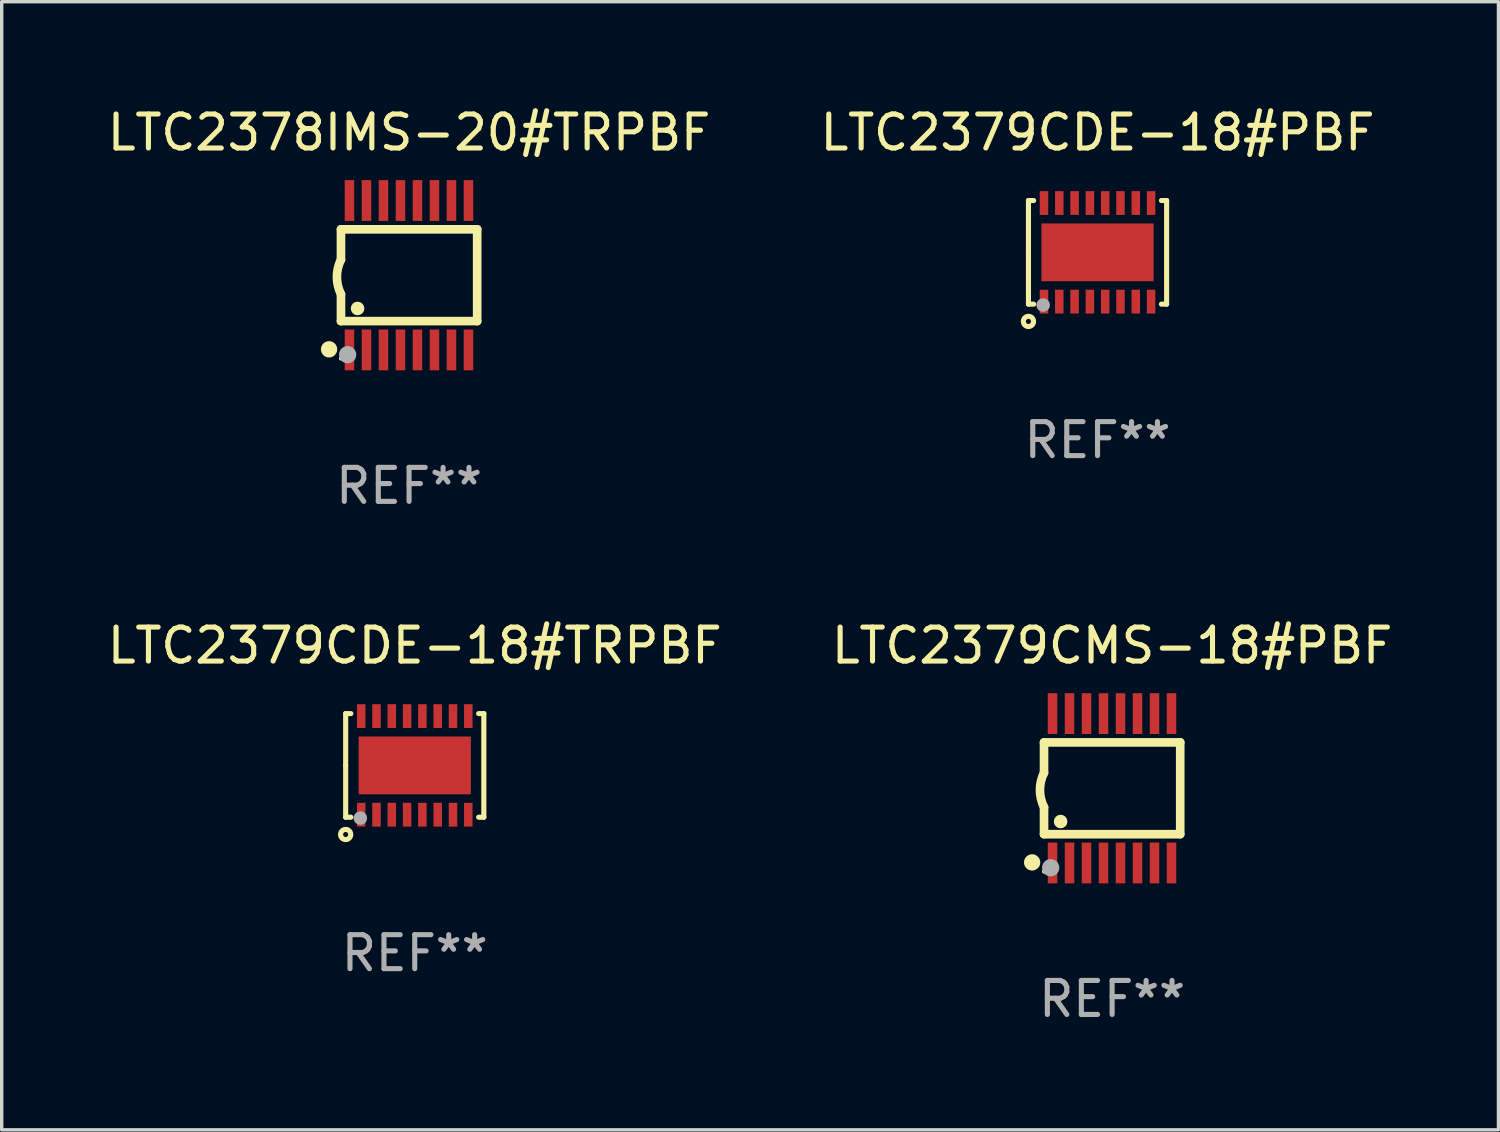
<source format=kicad_pcb>
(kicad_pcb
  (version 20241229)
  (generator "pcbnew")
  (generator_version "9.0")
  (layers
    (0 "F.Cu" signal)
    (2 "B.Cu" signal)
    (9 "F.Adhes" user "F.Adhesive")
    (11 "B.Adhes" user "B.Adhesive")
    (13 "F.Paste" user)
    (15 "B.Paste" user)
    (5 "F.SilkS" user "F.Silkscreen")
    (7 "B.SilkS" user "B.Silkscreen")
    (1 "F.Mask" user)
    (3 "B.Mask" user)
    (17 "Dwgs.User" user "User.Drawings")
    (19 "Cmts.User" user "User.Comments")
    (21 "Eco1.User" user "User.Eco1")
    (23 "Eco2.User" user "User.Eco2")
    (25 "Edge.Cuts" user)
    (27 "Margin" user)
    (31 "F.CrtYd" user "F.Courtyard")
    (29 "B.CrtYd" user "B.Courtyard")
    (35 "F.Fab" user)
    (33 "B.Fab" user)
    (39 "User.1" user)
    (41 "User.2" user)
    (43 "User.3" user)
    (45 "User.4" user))
  (footprint "LTC2379CMS-18#PBF"
    (layer "F.Cu")
    (at 29.661 20.136)
    (property "Reference" "LTC2379CMS-18#PBF" (at 0 -4.197 0) (layer "F.SilkS") (effects (font (size 1 1) (thickness 0.15))))
    (attr through_hole)
    (fp_line (start -2.003 -1.35) (end -2.003 -0.457) (stroke (width 0.254) (type solid)) (layer "F.SilkS"))
    (fp_line (start -2.003 -1.35) (end 2.003 -1.35) (stroke (width 0.254) (type solid)) (layer "F.SilkS"))
    (fp_line (start -2.003 1.35) (end -2.003 0.559) (stroke (width 0.254) (type solid)) (layer "F.SilkS"))
    (fp_line (start -2.003 1.35) (end 2.003 1.35) (stroke (width 0.254) (type solid)) (layer "F.SilkS"))
    (fp_line (start 2.003 -1.35) (end 2.003 1.35) (stroke (width 0.254) (type solid)) (layer "F.SilkS"))
    (fp_arc (start -2.002286 0.558802) (mid -2.122556 0.05092) (end -2.003302 -0.457201) (stroke (width 0.254001) (type solid)) (layer "F.SilkS"))
    (fp_circle (center -2.353 2.18) (end -2.233 2.18) (stroke (width 0.24) (type solid)) (fill no) (layer "F.SilkS"))
    (fp_circle (center -2.003 2.45) (end -1.973 2.45) (stroke (width 0.06) (type solid)) (fill no) (layer "F.SilkS"))
    (fp_circle (center -1.515 0.978) (end -1.415 0.978) (stroke (width 0.2) (type solid)) (fill no) (layer "F.SilkS"))
    (fp_circle (center -1.807 2.337) (end -1.68 2.337) (stroke (width 0.254) (type solid)) (fill no) (layer "F.Fab"))
    (fp_text user "REF**" (at 0 6.197 0) (layer "F.Fab") (effects (font (size 1 1) (thickness 0.15))))
    (pad "1" smd rect (at -1.753 2.197 90) (size 1.2 0.28) (layers "F.Cu" "F.Mask" "F.Paste"))
    (pad "2" smd rect (at -1.253 2.197 90) (size 1.2 0.28) (layers "F.Cu" "F.Mask" "F.Paste"))
    (pad "3" smd rect (at -0.753 2.197 90) (size 1.2 0.28) (layers "F.Cu" "F.Mask" "F.Paste"))
    (pad "4" smd rect (at -0.253 2.197 90) (size 1.2 0.28) (layers "F.Cu" "F.Mask" "F.Paste"))
    (pad "5" smd rect (at 0.247 2.197 90) (size 1.2 0.28) (layers "F.Cu" "F.Mask" "F.Paste"))
    (pad "6" smd rect (at 0.747 2.197 90) (size 1.2 0.28) (layers "F.Cu" "F.Mask" "F.Paste"))
    (pad "7" smd rect (at 1.247 2.197 90) (size 1.2 0.28) (layers "F.Cu" "F.Mask" "F.Paste"))
    (pad "8" smd rect (at 1.747 2.197 90) (size 1.2 0.28) (layers "F.Cu" "F.Mask" "F.Paste"))
    (pad "9" smd rect (at 1.747 -2.197 90) (size 1.2 0.28) (layers "F.Cu" "F.Mask" "F.Paste"))
    (pad "10" smd rect (at 1.247 -2.197 90) (size 1.2 0.28) (layers "F.Cu" "F.Mask" "F.Paste"))
    (pad "11" smd rect (at 0.747 -2.197 90) (size 1.2 0.28) (layers "F.Cu" "F.Mask" "F.Paste"))
    (pad "12" smd rect (at 0.247 -2.197 90) (size 1.2 0.28) (layers "F.Cu" "F.Mask" "F.Paste"))
    (pad "13" smd rect (at -0.253 -2.197 90) (size 1.2 0.28) (layers "F.Cu" "F.Mask" "F.Paste"))
    (pad "14" smd rect (at -0.753 -2.197 90) (size 1.2 0.28) (layers "F.Cu" "F.Mask" "F.Paste"))
    (pad "15" smd rect (at -1.253 -2.197 90) (size 1.2 0.28) (layers "F.Cu" "F.Mask" "F.Paste"))
    (pad "16" smd rect (at -1.753 -2.197 90) (size 1.2 0.28) (layers "F.Cu" "F.Mask" "F.Paste")))
  (footprint "LTC2378IMS-20#TRPBF"
    (layer "F.Cu")
    (at 8.982 5.045)
    (property "Reference" "LTC2378IMS-20#TRPBF" (at 0 -4.197 0) (layer "F.SilkS") (effects (font (size 1 1) (thickness 0.15))))
    (attr through_hole)
    (fp_line (start -2.003 -1.35) (end -2.003 -0.457) (stroke (width 0.254) (type solid)) (layer "F.SilkS"))
    (fp_line (start -2.003 -1.35) (end 2.003 -1.35) (stroke (width 0.254) (type solid)) (layer "F.SilkS"))
    (fp_line (start -2.003 1.35) (end -2.003 0.559) (stroke (width 0.254) (type solid)) (layer "F.SilkS"))
    (fp_line (start -2.003 1.35) (end 2.003 1.35) (stroke (width 0.254) (type solid)) (layer "F.SilkS"))
    (fp_line (start 2.003 -1.35) (end 2.003 1.35) (stroke (width 0.254) (type solid)) (layer "F.SilkS"))
    (fp_arc (start -2.002286 0.558802) (mid -2.122556 0.05092) (end -2.003302 -0.457201) (stroke (width 0.254001) (type solid)) (layer "F.SilkS"))
    (fp_circle (center -2.353 2.18) (end -2.233 2.18) (stroke (width 0.24) (type solid)) (fill no) (layer "F.SilkS"))
    (fp_circle (center -2.003 2.45) (end -1.973 2.45) (stroke (width 0.06) (type solid)) (fill no) (layer "F.SilkS"))
    (fp_circle (center -1.515 0.978) (end -1.415 0.978) (stroke (width 0.2) (type solid)) (fill no) (layer "F.SilkS"))
    (fp_circle (center -1.807 2.337) (end -1.68 2.337) (stroke (width 0.254) (type solid)) (fill no) (layer "F.Fab"))
    (fp_text user "REF**" (at 0 6.197 0) (layer "F.Fab") (effects (font (size 1 1) (thickness 0.15))))
    (pad "1" smd rect (at -1.753 2.197 90) (size 1.2 0.28) (layers "F.Cu" "F.Mask" "F.Paste"))
    (pad "2" smd rect (at -1.253 2.197 90) (size 1.2 0.28) (layers "F.Cu" "F.Mask" "F.Paste"))
    (pad "3" smd rect (at -0.753 2.197 90) (size 1.2 0.28) (layers "F.Cu" "F.Mask" "F.Paste"))
    (pad "4" smd rect (at -0.253 2.197 90) (size 1.2 0.28) (layers "F.Cu" "F.Mask" "F.Paste"))
    (pad "5" smd rect (at 0.247 2.197 90) (size 1.2 0.28) (layers "F.Cu" "F.Mask" "F.Paste"))
    (pad "6" smd rect (at 0.747 2.197 90) (size 1.2 0.28) (layers "F.Cu" "F.Mask" "F.Paste"))
    (pad "7" smd rect (at 1.247 2.197 90) (size 1.2 0.28) (layers "F.Cu" "F.Mask" "F.Paste"))
    (pad "8" smd rect (at 1.747 2.197 90) (size 1.2 0.28) (layers "F.Cu" "F.Mask" "F.Paste"))
    (pad "9" smd rect (at 1.747 -2.197 90) (size 1.2 0.28) (layers "F.Cu" "F.Mask" "F.Paste"))
    (pad "10" smd rect (at 1.247 -2.197 90) (size 1.2 0.28) (layers "F.Cu" "F.Mask" "F.Paste"))
    (pad "11" smd rect (at 0.747 -2.197 90) (size 1.2 0.28) (layers "F.Cu" "F.Mask" "F.Paste"))
    (pad "12" smd rect (at 0.247 -2.197 90) (size 1.2 0.28) (layers "F.Cu" "F.Mask" "F.Paste"))
    (pad "13" smd rect (at -0.253 -2.197 90) (size 1.2 0.28) (layers "F.Cu" "F.Mask" "F.Paste"))
    (pad "14" smd rect (at -0.753 -2.197 90) (size 1.2 0.28) (layers "F.Cu" "F.Mask" "F.Paste"))
    (pad "15" smd rect (at -1.253 -2.197 90) (size 1.2 0.28) (layers "F.Cu" "F.Mask" "F.Paste"))
    (pad "16" smd rect (at -1.753 -2.197 90) (size 1.2 0.28) (layers "F.Cu" "F.Mask" "F.Paste")))
  (footprint "LTC2379CDE-18#TRPBF"
    (layer "F.Cu")
    (at 9.149 19.463)
    (property "Reference" "LTC2379CDE-18#TRPBF" (at 0 -3.524 0) (layer "F.SilkS") (effects (font (size 1 1) (thickness 0.15))))
    (attr through_hole)
    (fp_line (start -2.032 -1.524) (end -1.879 -1.524) (stroke (width 0.15) (type solid)) (layer "F.SilkS"))
    (fp_line (start -2.032 0) (end -2.032 -1.524) (stroke (width 0.15) (type solid)) (layer "F.SilkS"))
    (fp_line (start -2.032 1.524) (end -2.032 0) (stroke (width 0.15) (type solid)) (layer "F.SilkS"))
    (fp_line (start -1.879 1.524) (end -2.032 1.524) (stroke (width 0.15) (type solid)) (layer "F.SilkS"))
    (fp_line (start 1.879 -1.524) (end 2.032 -1.524) (stroke (width 0.15) (type solid)) (layer "F.SilkS"))
    (fp_line (start 2.032 -1.524) (end 2.032 1.524) (stroke (width 0.15) (type solid)) (layer "F.SilkS"))
    (fp_line (start 2.032 1.524) (end 1.879 1.524) (stroke (width 0.15) (type solid)) (layer "F.SilkS"))
    (fp_circle (center -2.032 2.032) (end -1.882 2.032) (stroke (width 0.15) (type solid)) (fill no) (layer "F.SilkS"))
    (fp_circle (center -2 1.5) (end -1.97 1.5) (stroke (width 0.06) (type solid)) (fill no) (layer "F.SilkS"))
    (fp_circle (center -1.6 1.55) (end -1.5 1.55) (stroke (width 0.2) (type solid)) (fill no) (layer "F.Fab"))
    (fp_text user "REF**" (at 0 5.524 0) (layer "F.Fab") (effects (font (size 1 1) (thickness 0.15))))
    (pad "1" smd rect (at -1.575 1.45 90) (size 0.7 0.25) (layers "F.Cu" "F.Mask" "F.Paste"))
    (pad "2" smd rect (at -1.125 1.45 90) (size 0.7 0.25) (layers "F.Cu" "F.Mask" "F.Paste"))
    (pad "3" smd rect (at -0.675 1.45 90) (size 0.7 0.25) (layers "F.Cu" "F.Mask" "F.Paste"))
    (pad "4" smd rect (at -0.225 1.45 90) (size 0.7 0.25) (layers "F.Cu" "F.Mask" "F.Paste"))
    (pad "5" smd rect (at 0.225 1.45 90) (size 0.7 0.25) (layers "F.Cu" "F.Mask" "F.Paste"))
    (pad "6" smd rect (at 0.675 1.45 90) (size 0.7 0.25) (layers "F.Cu" "F.Mask" "F.Paste"))
    (pad "7" smd rect (at 1.125 1.45 90) (size 0.7 0.25) (layers "F.Cu" "F.Mask" "F.Paste"))
    (pad "8" smd rect (at 1.575 1.45 90) (size 0.7 0.25) (layers "F.Cu" "F.Mask" "F.Paste"))
    (pad "9" smd rect (at 1.575 -1.45 90) (size 0.7 0.25) (layers "F.Cu" "F.Mask" "F.Paste"))
    (pad "10" smd rect (at 1.125 -1.45 90) (size 0.7 0.25) (layers "F.Cu" "F.Mask" "F.Paste"))
    (pad "11" smd rect (at 0.675 -1.45 90) (size 0.7 0.25) (layers "F.Cu" "F.Mask" "F.Paste"))
    (pad "12" smd rect (at 0.225 -1.45 90) (size 0.7 0.25) (layers "F.Cu" "F.Mask" "F.Paste"))
    (pad "13" smd rect (at -0.225 -1.45 90) (size 0.7 0.25) (layers "F.Cu" "F.Mask" "F.Paste"))
    (pad "14" smd rect (at -0.675 -1.45 90) (size 0.7 0.25) (layers "F.Cu" "F.Mask" "F.Paste"))
    (pad "15" smd rect (at -1.125 -1.45 90) (size 0.7 0.25) (layers "F.Cu" "F.Mask" "F.Paste"))
    (pad "16" smd rect (at -1.575 -1.45 90) (size 0.7 0.25) (layers "F.Cu" "F.Mask" "F.Paste"))
    (pad "17" smd rect (at 0.000127 0 90) (size 1.7 3.3) (layers "F.Cu" "F.Mask" "F.Paste")))
  (footprint "LTC2379CDE-18#PBF"
    (layer "F.Cu")
    (at 29.232 4.372)
    (property "Reference" "LTC2379CDE-18#PBF" (at 0 -3.524 0) (layer "F.SilkS") (effects (font (size 1 1) (thickness 0.15))))
    (attr through_hole)
    (fp_line (start -2.032 -1.524) (end -1.879 -1.524) (stroke (width 0.15) (type solid)) (layer "F.SilkS"))
    (fp_line (start -2.032 0) (end -2.032 -1.524) (stroke (width 0.15) (type solid)) (layer "F.SilkS"))
    (fp_line (start -2.032 1.524) (end -2.032 0) (stroke (width 0.15) (type solid)) (layer "F.SilkS"))
    (fp_line (start -1.879 1.524) (end -2.032 1.524) (stroke (width 0.15) (type solid)) (layer "F.SilkS"))
    (fp_line (start 1.879 -1.524) (end 2.032 -1.524) (stroke (width 0.15) (type solid)) (layer "F.SilkS"))
    (fp_line (start 2.032 -1.524) (end 2.032 1.524) (stroke (width 0.15) (type solid)) (layer "F.SilkS"))
    (fp_line (start 2.032 1.524) (end 1.879 1.524) (stroke (width 0.15) (type solid)) (layer "F.SilkS"))
    (fp_circle (center -2.032 2.032) (end -1.882 2.032) (stroke (width 0.15) (type solid)) (fill no) (layer "F.SilkS"))
    (fp_circle (center -2 1.5) (end -1.97 1.5) (stroke (width 0.06) (type solid)) (fill no) (layer "F.SilkS"))
    (fp_circle (center -1.6 1.55) (end -1.5 1.55) (stroke (width 0.2) (type solid)) (fill no) (layer "F.Fab"))
    (fp_text user "REF**" (at 0 5.524 0) (layer "F.Fab") (effects (font (size 1 1) (thickness 0.15))))
    (pad "1" smd rect (at -1.575 1.45 90) (size 0.7 0.25) (layers "F.Cu" "F.Mask" "F.Paste"))
    (pad "2" smd rect (at -1.125 1.45 90) (size 0.7 0.25) (layers "F.Cu" "F.Mask" "F.Paste"))
    (pad "3" smd rect (at -0.675 1.45 90) (size 0.7 0.25) (layers "F.Cu" "F.Mask" "F.Paste"))
    (pad "4" smd rect (at -0.225 1.45 90) (size 0.7 0.25) (layers "F.Cu" "F.Mask" "F.Paste"))
    (pad "5" smd rect (at 0.225 1.45 90) (size 0.7 0.25) (layers "F.Cu" "F.Mask" "F.Paste"))
    (pad "6" smd rect (at 0.675 1.45 90) (size 0.7 0.25) (layers "F.Cu" "F.Mask" "F.Paste"))
    (pad "7" smd rect (at 1.125 1.45 90) (size 0.7 0.25) (layers "F.Cu" "F.Mask" "F.Paste"))
    (pad "8" smd rect (at 1.575 1.45 90) (size 0.7 0.25) (layers "F.Cu" "F.Mask" "F.Paste"))
    (pad "9" smd rect (at 1.575 -1.45 90) (size 0.7 0.25) (layers "F.Cu" "F.Mask" "F.Paste"))
    (pad "10" smd rect (at 1.125 -1.45 90) (size 0.7 0.25) (layers "F.Cu" "F.Mask" "F.Paste"))
    (pad "11" smd rect (at 0.675 -1.45 90) (size 0.7 0.25) (layers "F.Cu" "F.Mask" "F.Paste"))
    (pad "12" smd rect (at 0.225 -1.45 90) (size 0.7 0.25) (layers "F.Cu" "F.Mask" "F.Paste"))
    (pad "13" smd rect (at -0.225 -1.45 90) (size 0.7 0.25) (layers "F.Cu" "F.Mask" "F.Paste"))
    (pad "14" smd rect (at -0.675 -1.45 90) (size 0.7 0.25) (layers "F.Cu" "F.Mask" "F.Paste"))
    (pad "15" smd rect (at -1.125 -1.45 90) (size 0.7 0.25) (layers "F.Cu" "F.Mask" "F.Paste"))
    (pad "16" smd rect (at -1.575 -1.45 90) (size 0.7 0.25) (layers "F.Cu" "F.Mask" "F.Paste"))
    (pad "17" smd rect (at 0.000127 0 90) (size 1.7 3.3) (layers "F.Cu" "F.Mask" "F.Paste")))
  (gr_rect
    (start -3 -3)
    (end 41.024 30.181)
    (stroke (width 0.1) (type default))
    (fill no)
    (layer "Edge.Cuts")))
</source>
